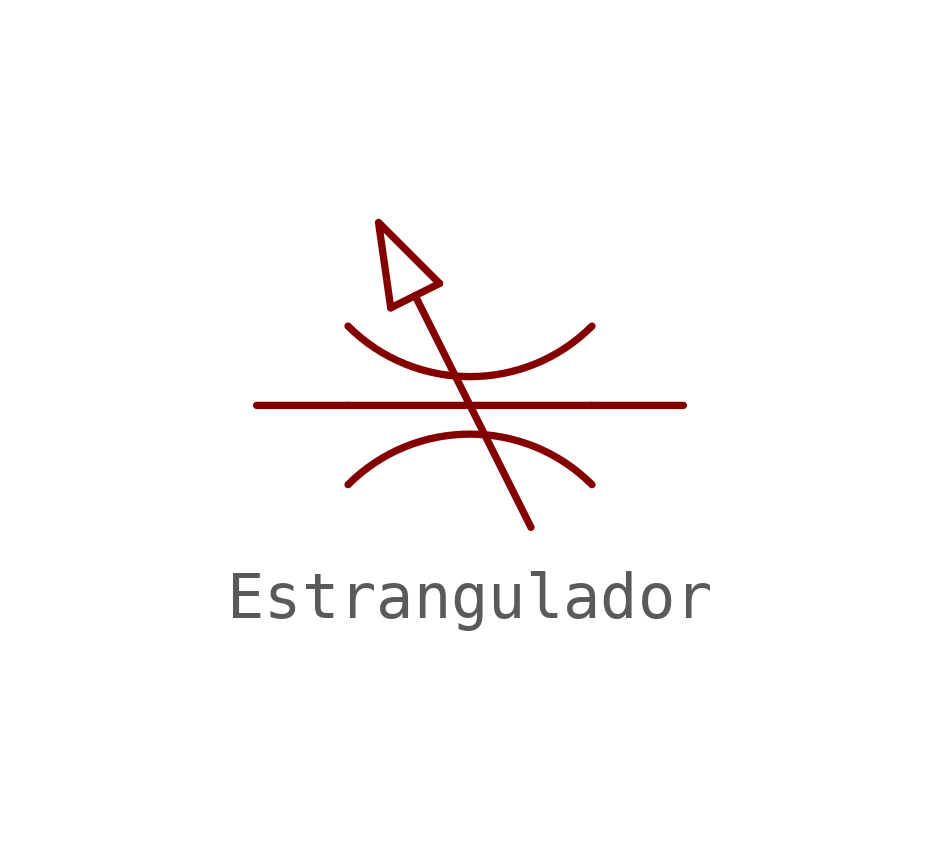
<source format=kicad_sym>
(kicad_symbol_lib
  (version 20211014)
  (generator kicad_symbol_editor)
  (symbol "Estrangulador"
    (pin_names
      (offset 1.016))
    (property "Reference" "V"
      (at -1.27 -3.81 0)
      (effects (font (size 2.54 2.54)) (justify left) hide))
    (symbol "Estrangulador_0_1"
      (arc (start -2.54 1.651) (mid 0 0.5989) (end 2.54 1.651) (stroke (width 0) (type default) (color 0 0 0 0)) (fill (type none)))
      (polyline (pts (xy -2.54 0) (xy 2.54 0)) (stroke (width 0) (type default) (color 0 0 0 0)) (fill (type none)))
      (polyline (pts (xy -0.635 2.54) (xy -1.651 2.032)) (stroke (width 0) (type default) (color 0 0 0 0)) (fill (type none)))
      (polyline (pts (xy 1.27 -2.54) (xy -1.143 2.286)) (stroke (width 0) (type default) (color 0 0 0 0)) (fill (type none)))
      (polyline (pts (xy -1.651 2.032) (xy -1.905 3.81) (xy -0.635 2.54)) (stroke (width 0) (type default) (color 0 0 0 0)) (fill (type none)))
      (arc (start 2.54 -1.651) (mid 0 -0.5989) (end -2.54 -1.651) (stroke (width 0) (type default) (color 0 0 0 0)) (fill (type none))))
    (symbol "Estrangulador_1_1"
      (pin output line (at -4.445 0 0) (length 1.905) (name "" (effects (font (size 1.27 1.27)))) (number "" (effects (font (size 1.27 1.27)))))
      (pin input line (at 4.445 0 180) (length 1.905) (name "" (effects (font (size 1.27 1.27)))) (number "" (effects (font (size 1.27 1.27))))))))
</source>
